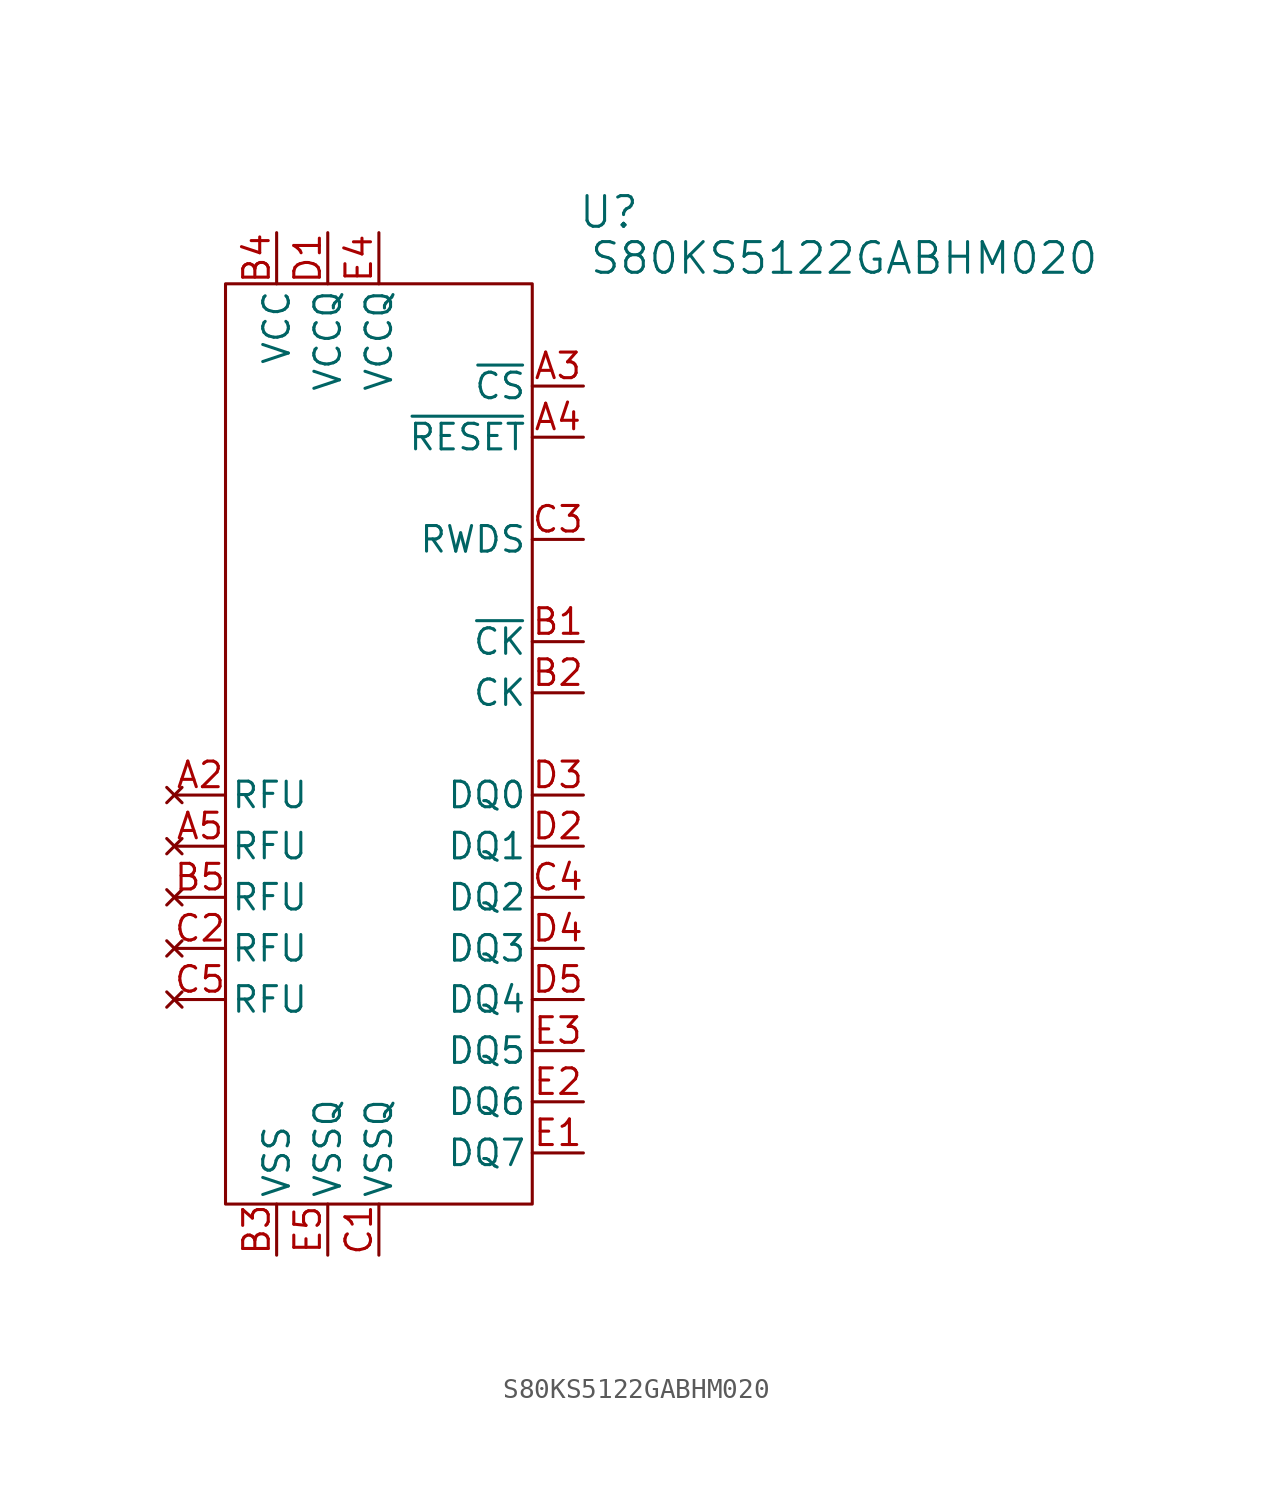
<source format=kicad_sym>
(kicad_symbol_lib
  (version 20231120)
  (generator "kicad_symbol_editor")
  (generator_version "8.0")
  (symbol "S80KS5122GABHM020"
    (pin_names
      (offset 0.254))
    (property "Reference" "U"
      (at 11.43 26.416 0)
      (effects (font (size 1.524 1.524))))
    (property "Value" "S80KS5122GABHM020"
      (at 23.114 24.13 0)
      (effects (font (size 1.524 1.524))))
    (symbol "S80KS5122GABHM020_0_1"
      (pin no_connect line (at -10.16 -2.54 0) (length 2.54) (name "RFU" (effects (font (size 1.27 1.27)))) (number "A2" (effects (font (size 1.27 1.27)))))
      (pin no_connect line (at -10.16 -5.08 0) (length 2.54) (name "RFU" (effects (font (size 1.27 1.27)))) (number "A5" (effects (font (size 1.27 1.27)))))
      (pin input line (at 10.16 2.54 180) (length 2.54) (name "CK" (effects (font (size 1.27 1.27)))) (number "B2" (effects (font (size 1.27 1.27)))))
      (pin power_out line (at -5.08 -25.4 90) (length 2.54) (name "VSS" (effects (font (size 1.27 1.27)))) (number "B3" (effects (font (size 1.27 1.27)))))
      (pin power_in line (at -5.08 25.4 270) (length 2.54) (name "VCC" (effects (font (size 1.27 1.27)))) (number "B4" (effects (font (size 1.27 1.27)))))
      (pin no_connect line (at -10.16 -7.62 0) (length 2.54) (name "RFU" (effects (font (size 1.27 1.27)))) (number "B5" (effects (font (size 1.27 1.27)))))
      (pin power_out line (at 0 -25.4 90) (length 2.54) (name "VSSQ" (effects (font (size 1.27 1.27)))) (number "C1" (effects (font (size 1.27 1.27)))))
      (pin no_connect line (at -10.16 -10.16 0) (length 2.54) (name "RFU" (effects (font (size 1.27 1.27)))) (number "C2" (effects (font (size 1.27 1.27)))))
      (pin bidirectional line (at 10.16 10.16 180) (length 2.54) (name "RWDS" (effects (font (size 1.27 1.27)))) (number "C3" (effects (font (size 1.27 1.27)))))
      (pin bidirectional line (at 10.16 -7.62 180) (length 2.54) (name "DQ2" (effects (font (size 1.27 1.27)))) (number "C4" (effects (font (size 1.27 1.27)))))
      (pin no_connect line (at -10.16 -12.7 0) (length 2.54) (name "RFU" (effects (font (size 1.27 1.27)))) (number "C5" (effects (font (size 1.27 1.27)))))
      (pin power_in line (at -2.54 25.4 270) (length 2.54) (name "VCCQ" (effects (font (size 1.27 1.27)))) (number "D1" (effects (font (size 1.27 1.27)))))
      (pin bidirectional line (at 10.16 -5.08 180) (length 2.54) (name "DQ1" (effects (font (size 1.27 1.27)))) (number "D2" (effects (font (size 1.27 1.27)))))
      (pin bidirectional line (at 10.16 -2.54 180) (length 2.54) (name "DQ0" (effects (font (size 1.27 1.27)))) (number "D3" (effects (font (size 1.27 1.27)))))
      (pin bidirectional line (at 10.16 -10.16 180) (length 2.54) (name "DQ3" (effects (font (size 1.27 1.27)))) (number "D4" (effects (font (size 1.27 1.27)))))
      (pin bidirectional line (at 10.16 -12.7 180) (length 2.54) (name "DQ4" (effects (font (size 1.27 1.27)))) (number "D5" (effects (font (size 1.27 1.27)))))
      (pin bidirectional line (at 10.16 -20.32 180) (length 2.54) (name "DQ7" (effects (font (size 1.27 1.27)))) (number "E1" (effects (font (size 1.27 1.27)))))
      (pin bidirectional line (at 10.16 -17.78 180) (length 2.54) (name "DQ6" (effects (font (size 1.27 1.27)))) (number "E2" (effects (font (size 1.27 1.27)))))
      (pin bidirectional line (at 10.16 -15.24 180) (length 2.54) (name "DQ5" (effects (font (size 1.27 1.27)))) (number "E3" (effects (font (size 1.27 1.27)))))
      (pin power_in line (at 0 25.4 270) (length 2.54) (name "VCCQ" (effects (font (size 1.27 1.27)))) (number "E4" (effects (font (size 1.27 1.27)))))
      (pin power_out line (at -2.54 -25.4 90) (length 2.54) (name "VSSQ" (effects (font (size 1.27 1.27)))) (number "E5" (effects (font (size 1.27 1.27))))))
    (symbol "S80KS5122GABHM020_1_1"
      (rectangle (start -7.62 22.86) (end 7.62 -22.86) (stroke (width 0) (type default)) (fill (type none)))
      (pin input line (at 10.16 17.78 180) (length 2.54) (name "~{CS}" (effects (font (size 1.27 1.27)))) (number "A3" (effects (font (size 1.27 1.27)))))
      (pin input line (at 10.16 15.24 180) (length 2.54) (name "~{RESET}" (effects (font (size 1.27 1.27)))) (number "A4" (effects (font (size 1.27 1.27)))))
      (pin input line (at 10.16 5.08 180) (length 2.54) (name "~{CK}" (effects (font (size 1.27 1.27)))) (number "B1" (effects (font (size 1.27 1.27))))))))
</source>
